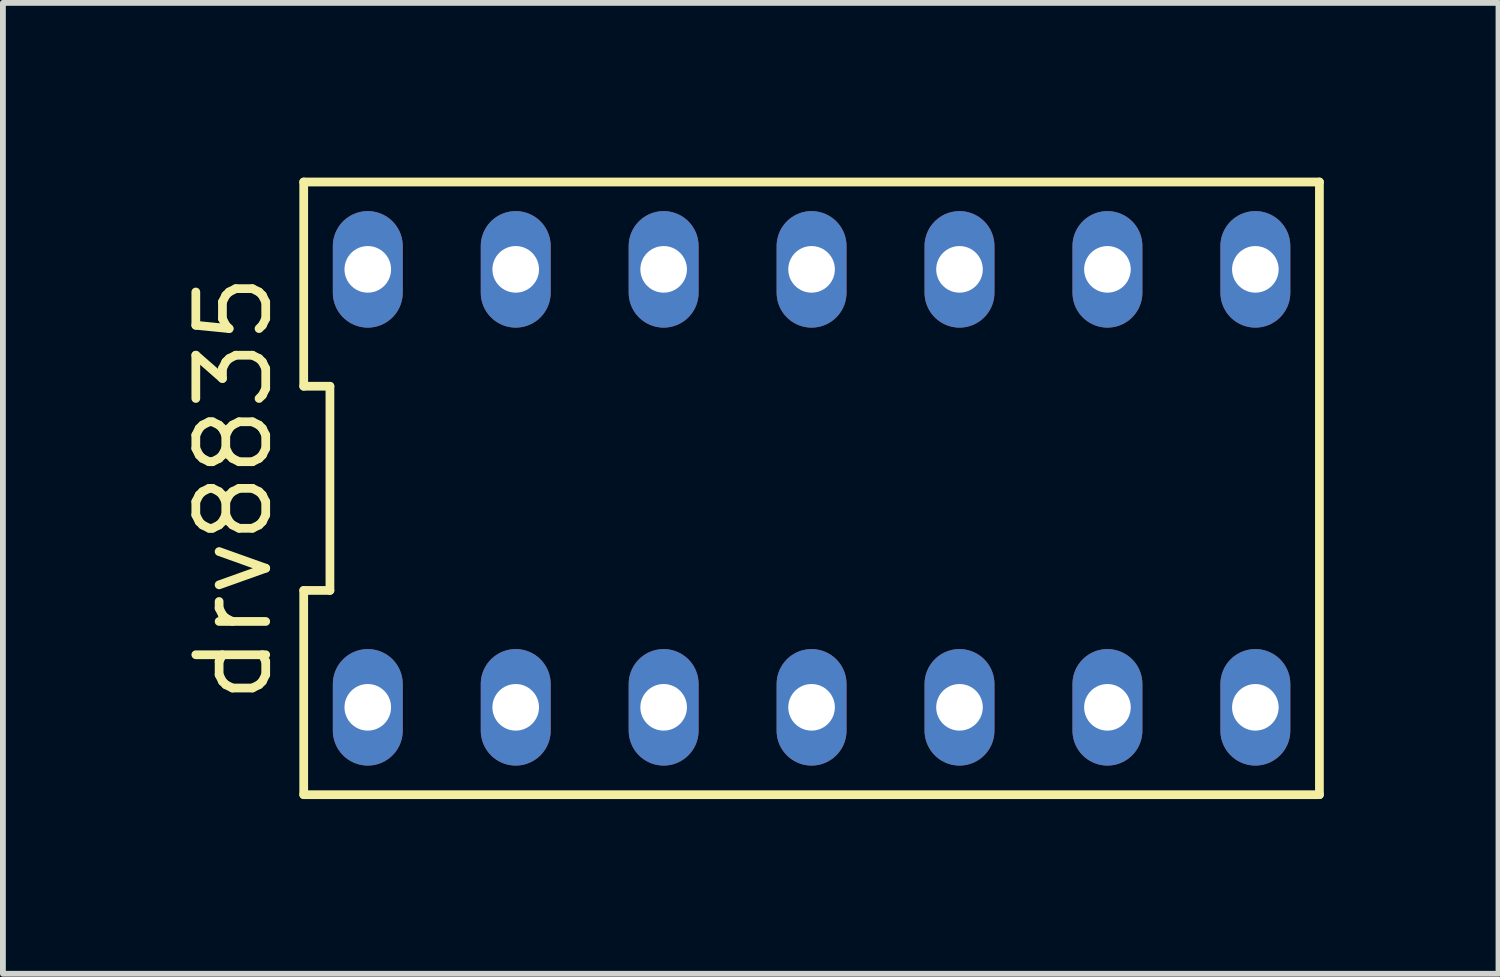
<source format=kicad_pcb>
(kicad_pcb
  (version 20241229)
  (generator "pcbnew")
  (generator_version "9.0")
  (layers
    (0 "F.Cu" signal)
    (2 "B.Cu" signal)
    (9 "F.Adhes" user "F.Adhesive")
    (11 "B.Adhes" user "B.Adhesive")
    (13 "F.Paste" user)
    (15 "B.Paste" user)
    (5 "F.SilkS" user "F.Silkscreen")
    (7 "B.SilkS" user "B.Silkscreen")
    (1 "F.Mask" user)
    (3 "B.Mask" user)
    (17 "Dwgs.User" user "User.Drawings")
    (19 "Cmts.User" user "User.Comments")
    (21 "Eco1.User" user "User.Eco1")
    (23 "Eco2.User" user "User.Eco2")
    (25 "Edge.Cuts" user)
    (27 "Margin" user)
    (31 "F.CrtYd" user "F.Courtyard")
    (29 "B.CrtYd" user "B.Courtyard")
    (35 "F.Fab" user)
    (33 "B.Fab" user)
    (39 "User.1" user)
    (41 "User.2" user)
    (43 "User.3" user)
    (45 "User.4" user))
  (footprint "drv8835"
    (layer "F.Cu")
    (at 10.885 5.335)
    (property "Reference" "drv8835" (at -9.92 0 90) (layer "F.SilkS") (effects (font (size 1.2 1.2) (thickness 0.15))))
    (attr through_hole)
    (fp_line (start -8.72 -5.26) (end -8.72 -1.753) (stroke (width 0.15) (type solid)) (layer "F.SilkS"))
    (fp_line (start -8.72 -1.753) (end -8.27 -1.753) (stroke (width 0.15) (type solid)) (layer "F.SilkS"))
    (fp_line (start -8.72 1.753) (end -8.72 5.26) (stroke (width 0.15) (type solid)) (layer "F.SilkS"))
    (fp_line (start -8.72 5.26) (end 8.72 5.26) (stroke (width 0.15) (type solid)) (layer "F.SilkS"))
    (fp_line (start -8.27 -1.753) (end -8.27 1.753) (stroke (width 0.15) (type solid)) (layer "F.SilkS"))
    (fp_line (start -8.27 1.753) (end -8.72 1.753) (stroke (width 0.15) (type solid)) (layer "F.SilkS"))
    (fp_line (start 8.72 -5.26) (end -8.72 -5.26) (stroke (width 0.15) (type solid)) (layer "F.SilkS"))
    (fp_line (start 8.72 5.26) (end 8.72 -5.26) (stroke (width 0.15) (type solid)) (layer "F.SilkS"))
    (pad "1" thru_hole oval (at -7.62 3.76) (size 1.2 2) (drill 0.8) (layers "*.Cu" "*.Mask"))
    (pad "2" thru_hole oval (at -5.08 3.76) (size 1.2 2) (drill 0.8) (layers "*.Cu" "*.Mask"))
    (pad "3" thru_hole oval (at -2.54 3.76) (size 1.2 2) (drill 0.8) (layers "*.Cu" "*.Mask"))
    (pad "4" thru_hole oval (at 0 3.76) (size 1.2 2) (drill 0.8) (layers "*.Cu" "*.Mask"))
    (pad "5" thru_hole oval (at 2.54 3.76) (size 1.2 2) (drill 0.8) (layers "*.Cu" "*.Mask"))
    (pad "6" thru_hole oval (at 5.08 3.76) (size 1.2 2) (drill 0.8) (layers "*.Cu" "*.Mask"))
    (pad "7" thru_hole oval (at 7.62 3.76) (size 1.2 2) (drill 0.8) (layers "*.Cu" "*.Mask"))
    (pad "8" thru_hole oval (at 7.62 -3.76) (size 1.2 2) (drill 0.8) (layers "*.Cu" "*.Mask"))
    (pad "9" thru_hole oval (at 5.08 -3.76) (size 1.2 2) (drill 0.8) (layers "*.Cu" "*.Mask"))
    (pad "10" thru_hole oval (at 2.54 -3.76) (size 1.2 2) (drill 0.8) (layers "*.Cu" "*.Mask"))
    (pad "11" thru_hole oval (at 0 -3.76) (size 1.2 2) (drill 0.8) (layers "*.Cu" "*.Mask"))
    (pad "12" thru_hole oval (at -2.54 -3.76) (size 1.2 2) (drill 0.8) (layers "*.Cu" "*.Mask"))
    (pad "13" thru_hole oval (at -5.08 -3.76) (size 1.2 2) (drill 0.8) (layers "*.Cu" "*.Mask"))
    (pad "14" thru_hole oval (at -7.62 -3.76) (size 1.2 2) (drill 0.8) (layers "*.Cu" "*.Mask")))
  (gr_rect
    (start -3 -3)
    (end 22.68 13.67)
    (stroke (width 0.1) (type default))
    (fill no)
    (layer "Edge.Cuts")))
</source>
